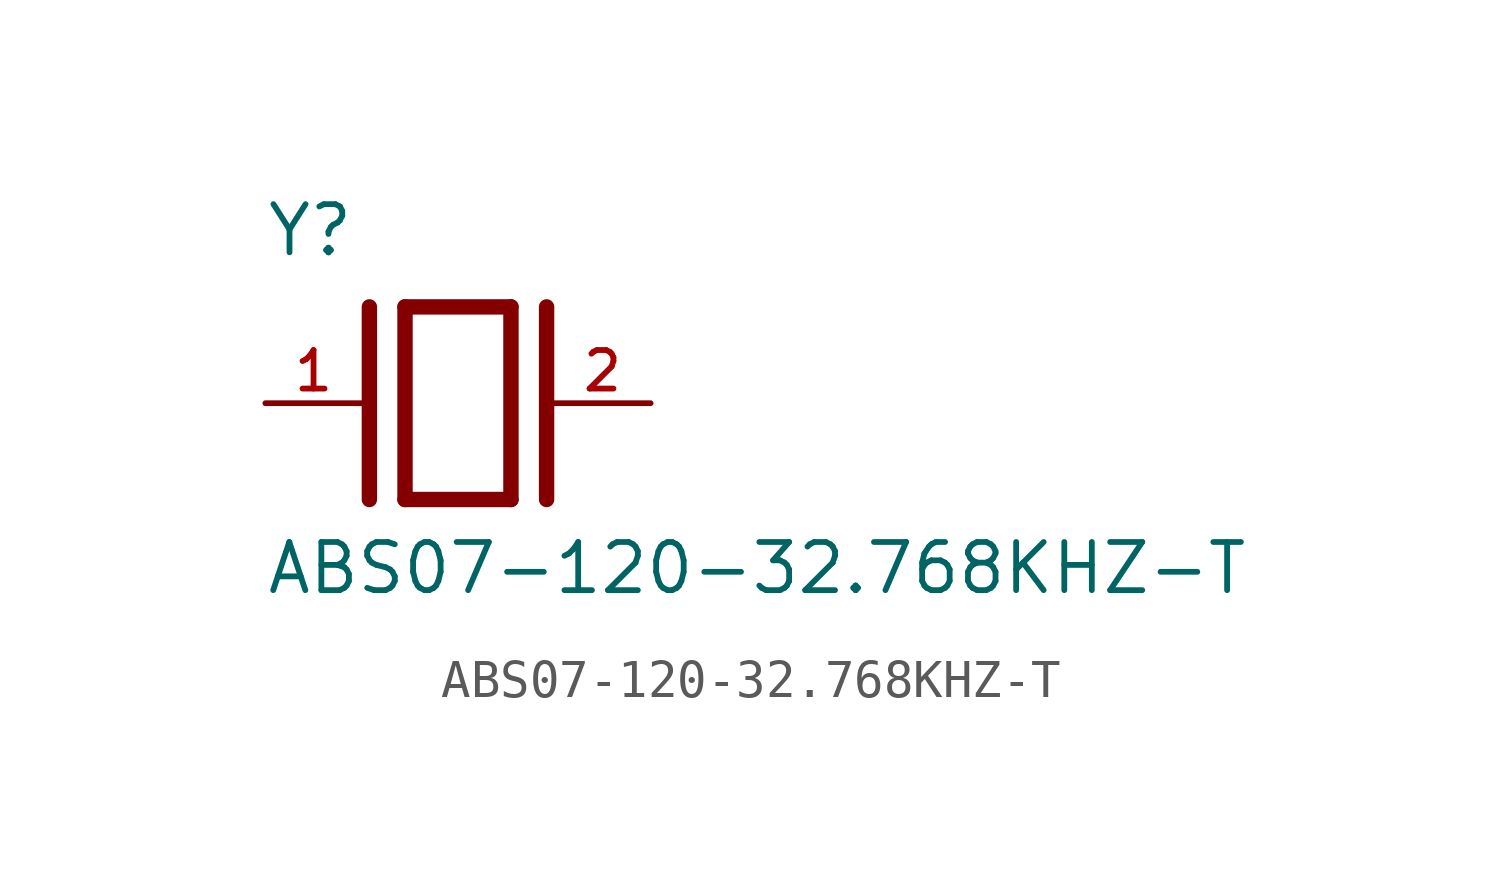
<source format=kicad_sym>
(kicad_symbol_lib
  (version 20211014)
  (generator kicad_symbol_editor)
  (symbol "ABS07-120-32.768KHZ-T"
    (pin_names
      (offset 1.016))
    (property "Reference" "Y"
      (at -5.088 3.816 0)
      (effects (font (size 1.27 1.27)) (justify bottom left)))
    (property "Value" "ABS07-120-32.768KHZ-T"
      (at -5.094 -5.094 0)
      (effects (font (size 1.27 1.27)) (justify bottom left)))
    (symbol "ABS07-120-32.768KHZ-T_0_0"
      (polyline (pts (xy -1.397 2.54) (xy 1.397 2.54)) (stroke (width 0.406)))
      (polyline (pts (xy 1.397 2.54) (xy 1.397 -2.54)) (stroke (width 0.406)))
      (polyline (pts (xy 1.397 -2.54) (xy -1.397 -2.54)) (stroke (width 0.406)))
      (polyline (pts (xy -1.397 2.54) (xy -1.397 -2.54)) (stroke (width 0.406)))
      (polyline (pts (xy 2.337 2.54) (xy 2.337 -2.54)) (stroke (width 0.406)))
      (polyline (pts (xy -2.337 2.54) (xy -2.337 -2.54)) (stroke (width 0.406)))
      (pin passive line (at 5.08 0.0 180.0) (length 2.54) (name "~" (effects (font (size 1.016 1.016)))) (number "2" (effects (font (size 1.016 1.016)))))
      (pin passive line (at -5.08 0.0 0) (length 2.54) (name "~" (effects (font (size 1.016 1.016)))) (number "1" (effects (font (size 1.016 1.016))))))))
</source>
